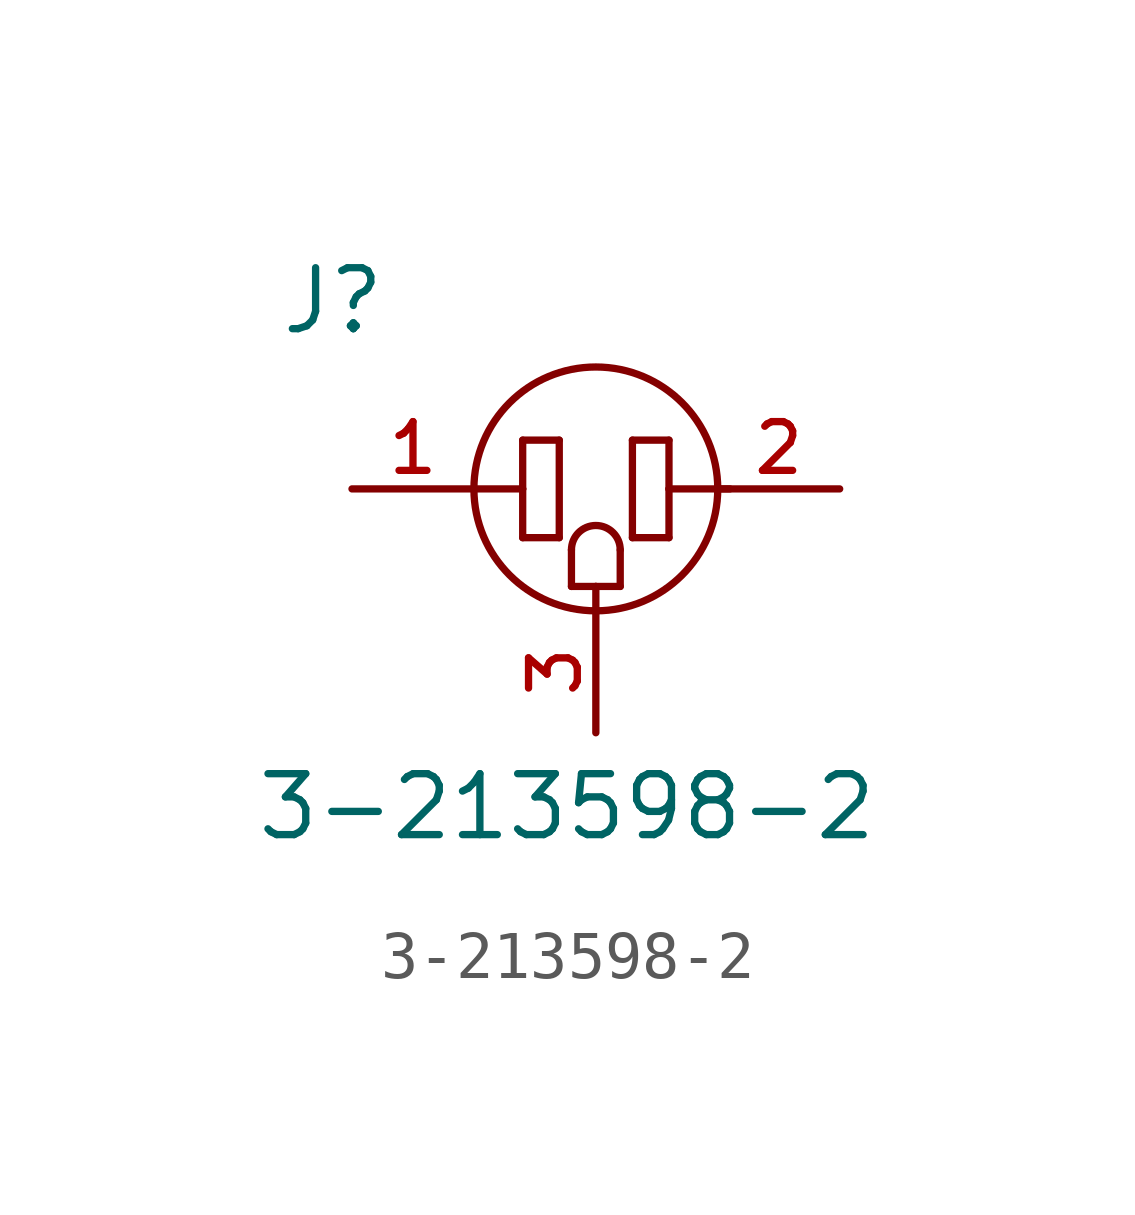
<source format=kicad_sym>
(kicad_symbol_lib
  (version 20220914)
  (generator kicad_symbol_editor)
  (symbol "3-213598-2"
    (pin_names
      (offset 1.016) hide)
    (property "Reference" "J"
      (at -6.604 3.175 0)
      (effects (font (size 1.27 1.27)) (justify left bottom)))
    (property "Value" "3-213598-2"
      (at -7.112 -7.366 0)
      (effects (font (size 1.27 1.27)) (justify left bottom)))
    (property "ki_locked" ""
      (at 0 0 0)
      (effects (font (size 1.27 1.27))))
    (symbol "3-213598-2_0_0"
      (polyline (pts (xy -2.54 0) (xy -1.524 0)) (stroke (width 0.152) (type solid)) (fill (type none)))
      (polyline (pts (xy -1.524 -1.016) (xy -1.524 0)) (stroke (width 0.152) (type solid)) (fill (type none)))
      (polyline (pts (xy -1.524 0) (xy -1.524 1.016)) (stroke (width 0.152) (type solid)) (fill (type none)))
      (polyline (pts (xy -1.524 1.016) (xy -0.762 1.016)) (stroke (width 0.152) (type solid)) (fill (type none)))
      (polyline (pts (xy -0.762 -1.016) (xy -1.524 -1.016)) (stroke (width 0.152) (type solid)) (fill (type none)))
      (polyline (pts (xy -0.762 1.016) (xy -0.762 -1.016)) (stroke (width 0.152) (type solid)) (fill (type none)))
      (polyline (pts (xy -0.508 -2.032) (xy -0.508 -1.27)) (stroke (width 0.152) (type solid)) (fill (type none)))
      (polyline (pts (xy 0 -2.032) (xy -0.508 -2.032)) (stroke (width 0.152) (type solid)) (fill (type none)))
      (polyline (pts (xy 0 -2.032) (xy 0 -2.54)) (stroke (width 0.152) (type solid)) (fill (type none)))
      (polyline (pts (xy 0.508 -2.032) (xy 0 -2.032)) (stroke (width 0.152) (type solid)) (fill (type none)))
      (polyline (pts (xy 0.508 -1.27) (xy 0.508 -2.032)) (stroke (width 0.152) (type solid)) (fill (type none)))
      (polyline (pts (xy 0.762 -1.016) (xy 0.762 1.016)) (stroke (width 0.152) (type solid)) (fill (type none)))
      (polyline (pts (xy 0.762 1.016) (xy 1.524 1.016)) (stroke (width 0.152) (type solid)) (fill (type none)))
      (polyline (pts (xy 1.524 -1.016) (xy 0.762 -1.016)) (stroke (width 0.152) (type solid)) (fill (type none)))
      (polyline (pts (xy 1.524 0) (xy 1.524 -1.016)) (stroke (width 0.152) (type solid)) (fill (type none)))
      (polyline (pts (xy 1.524 0) (xy 2.794 0)) (stroke (width 0.152) (type solid)) (fill (type none)))
      (polyline (pts (xy 1.524 1.016) (xy 1.524 0)) (stroke (width 0.152) (type solid)) (fill (type none)))
      (circle (center 0 0) (radius 2.54) (stroke (width 0.152) (type solid)) (fill (type none)))
      (arc (start 0.508 -1.27) (mid 0 -0.762) (end -0.508 -1.27) (stroke (width 0.1524) (type solid)) (fill (type none)))
      (pin passive line (at -5.08 0 0) (length 2.54) (name "~" (effects (font (size 1.016 1.016)))) (number "1" (effects (font (size 1.016 1.016)))))
      (pin passive line (at 5.08 0 180) (length 2.54) (name "~" (effects (font (size 1.016 1.016)))) (number "2" (effects (font (size 1.016 1.016)))))
      (pin passive line (at 0 -5.08 90) (length 2.54) (name "~" (effects (font (size 1.016 1.016)))) (number "3" (effects (font (size 1.016 1.016))))))))
</source>
